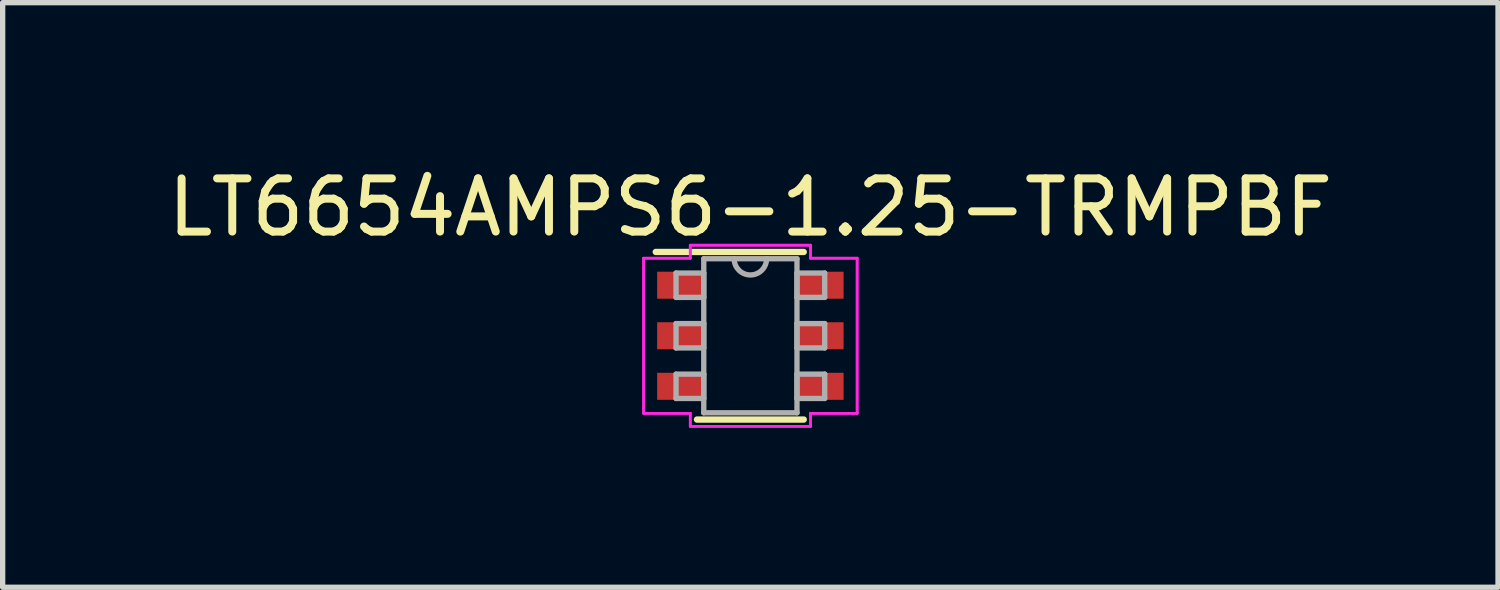
<source format=kicad_pcb>
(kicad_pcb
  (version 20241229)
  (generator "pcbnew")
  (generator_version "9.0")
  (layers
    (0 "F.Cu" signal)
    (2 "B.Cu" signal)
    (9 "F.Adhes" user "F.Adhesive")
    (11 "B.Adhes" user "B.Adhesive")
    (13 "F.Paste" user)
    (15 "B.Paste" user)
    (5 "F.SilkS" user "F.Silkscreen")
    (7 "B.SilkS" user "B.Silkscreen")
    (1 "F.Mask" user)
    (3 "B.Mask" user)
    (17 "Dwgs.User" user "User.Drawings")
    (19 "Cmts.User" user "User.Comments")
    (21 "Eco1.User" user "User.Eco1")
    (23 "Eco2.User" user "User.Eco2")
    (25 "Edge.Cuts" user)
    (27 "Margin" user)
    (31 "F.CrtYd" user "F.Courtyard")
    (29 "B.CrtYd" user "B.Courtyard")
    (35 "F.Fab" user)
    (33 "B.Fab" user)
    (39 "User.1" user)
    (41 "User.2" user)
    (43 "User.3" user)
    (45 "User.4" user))
  (footprint "LT6654AMPS6-1.25-TRMPBF"
    (layer "F.Cu")
    (at 11.054 3.261)
    (property "Reference" "LT6654AMPS6-1.25-TRMPBF" (at 0 -2.413 0) (layer "F.SilkS") (effects (font (size 1 1) (thickness 0.15))))
    (attr through_hole)
    (fp_line (start -1.003 1.575) (end 1.003 1.575) (stroke (width 0.12) (type solid)) (layer "F.SilkS"))
    (fp_line (start 1.003 -1.575) (end -1.778 -1.575) (stroke (width 0.12) (type solid)) (layer "F.SilkS"))
    (fp_line (start -2.007 -1.458) (end -1.13 -1.458) (stroke (width 0.05) (type solid)) (layer "F.CrtYd"))
    (fp_line (start -2.007 -1.458) (end -1.13 -1.458) (stroke (width 0.05) (type solid)) (layer "F.CrtYd"))
    (fp_line (start -2.007 1.458) (end -2.007 -1.458) (stroke (width 0.05) (type solid)) (layer "F.CrtYd"))
    (fp_line (start -2.007 1.458) (end -2.007 -1.458) (stroke (width 0.05) (type solid)) (layer "F.CrtYd"))
    (fp_line (start -2.007 1.458) (end -1.13 1.458) (stroke (width 0.05) (type solid)) (layer "F.CrtYd"))
    (fp_line (start -1.13 -1.702) (end 1.13 -1.702) (stroke (width 0.05) (type solid)) (layer "F.CrtYd"))
    (fp_line (start -1.13 -1.702) (end 1.13 -1.702) (stroke (width 0.05) (type solid)) (layer "F.CrtYd"))
    (fp_line (start -1.13 -1.458) (end -1.13 -1.702) (stroke (width 0.05) (type solid)) (layer "F.CrtYd"))
    (fp_line (start -1.13 -1.458) (end -1.13 -1.702) (stroke (width 0.05) (type solid)) (layer "F.CrtYd"))
    (fp_line (start -1.13 1.458) (end -2.007 1.458) (stroke (width 0.05) (type solid)) (layer "F.CrtYd"))
    (fp_line (start -1.13 1.702) (end -1.13 1.458) (stroke (width 0.05) (type solid)) (layer "F.CrtYd"))
    (fp_line (start -1.13 1.702) (end -1.13 1.458) (stroke (width 0.05) (type solid)) (layer "F.CrtYd"))
    (fp_line (start 1.13 -1.702) (end 1.13 -1.458) (stroke (width 0.05) (type solid)) (layer "F.CrtYd"))
    (fp_line (start 1.13 -1.702) (end 1.13 -1.458) (stroke (width 0.05) (type solid)) (layer "F.CrtYd"))
    (fp_line (start 1.13 -1.458) (end 2.007 -1.458) (stroke (width 0.05) (type solid)) (layer "F.CrtYd"))
    (fp_line (start 1.13 1.458) (end 1.13 1.702) (stroke (width 0.05) (type solid)) (layer "F.CrtYd"))
    (fp_line (start 1.13 1.458) (end 1.13 1.702) (stroke (width 0.05) (type solid)) (layer "F.CrtYd"))
    (fp_line (start 1.13 1.702) (end -1.13 1.702) (stroke (width 0.05) (type solid)) (layer "F.CrtYd"))
    (fp_line (start 1.13 1.702) (end -1.13 1.702) (stroke (width 0.05) (type solid)) (layer "F.CrtYd"))
    (fp_line (start 2.007 -1.458) (end 1.13 -1.458) (stroke (width 0.05) (type solid)) (layer "F.CrtYd"))
    (fp_line (start 2.007 -1.458) (end 2.007 1.458) (stroke (width 0.05) (type solid)) (layer "F.CrtYd"))
    (fp_line (start 2.007 -1.458) (end 2.007 1.458) (stroke (width 0.05) (type solid)) (layer "F.CrtYd"))
    (fp_line (start 2.007 1.458) (end 1.13 1.458) (stroke (width 0.05) (type solid)) (layer "F.CrtYd"))
    (fp_line (start 2.007 1.458) (end 1.13 1.458) (stroke (width 0.05) (type solid)) (layer "F.CrtYd"))
    (fp_line (start -1.397 -1.179) (end -1.397 -0.721) (stroke (width 0.1) (type solid)) (layer "F.Fab"))
    (fp_line (start -1.397 -0.721) (end -0.876 -0.721) (stroke (width 0.1) (type solid)) (layer "F.Fab"))
    (fp_line (start -1.397 -0.229) (end -1.397 0.229) (stroke (width 0.1) (type solid)) (layer "F.Fab"))
    (fp_line (start -1.397 0.229) (end -0.876 0.229) (stroke (width 0.1) (type solid)) (layer "F.Fab"))
    (fp_line (start -1.397 0.721) (end -1.397 1.179) (stroke (width 0.1) (type solid)) (layer "F.Fab"))
    (fp_line (start -1.397 1.179) (end -0.876 1.179) (stroke (width 0.1) (type solid)) (layer "F.Fab"))
    (fp_line (start -0.876 -1.448) (end -0.876 1.448) (stroke (width 0.1) (type solid)) (layer "F.Fab"))
    (fp_line (start -0.876 -1.179) (end -1.397 -1.179) (stroke (width 0.1) (type solid)) (layer "F.Fab"))
    (fp_line (start -0.876 -0.721) (end -0.876 -1.179) (stroke (width 0.1) (type solid)) (layer "F.Fab"))
    (fp_line (start -0.876 -0.229) (end -1.397 -0.229) (stroke (width 0.1) (type solid)) (layer "F.Fab"))
    (fp_line (start -0.876 0.229) (end -0.876 -0.229) (stroke (width 0.1) (type solid)) (layer "F.Fab"))
    (fp_line (start -0.876 0.721) (end -1.397 0.721) (stroke (width 0.1) (type solid)) (layer "F.Fab"))
    (fp_line (start -0.876 1.179) (end -0.876 0.721) (stroke (width 0.1) (type solid)) (layer "F.Fab"))
    (fp_line (start -0.876 1.448) (end 0.876 1.448) (stroke (width 0.1) (type solid)) (layer "F.Fab"))
    (fp_line (start 0.876 -1.448) (end -0.876 -1.448) (stroke (width 0.1) (type solid)) (layer "F.Fab"))
    (fp_line (start 0.876 -1.179) (end 0.876 -0.721) (stroke (width 0.1) (type solid)) (layer "F.Fab"))
    (fp_line (start 0.876 -0.721) (end 1.397 -0.721) (stroke (width 0.1) (type solid)) (layer "F.Fab"))
    (fp_line (start 0.876 -0.229) (end 0.876 0.229) (stroke (width 0.1) (type solid)) (layer "F.Fab"))
    (fp_line (start 0.876 0.229) (end 1.397 0.229) (stroke (width 0.1) (type solid)) (layer "F.Fab"))
    (fp_line (start 0.876 0.721) (end 0.876 1.179) (stroke (width 0.1) (type solid)) (layer "F.Fab"))
    (fp_line (start 0.876 1.179) (end 1.397 1.179) (stroke (width 0.1) (type solid)) (layer "F.Fab"))
    (fp_line (start 0.876 1.448) (end 0.876 -1.448) (stroke (width 0.1) (type solid)) (layer "F.Fab"))
    (fp_line (start 1.397 -1.179) (end 0.876 -1.179) (stroke (width 0.1) (type solid)) (layer "F.Fab"))
    (fp_line (start 1.397 -0.721) (end 1.397 -1.179) (stroke (width 0.1) (type solid)) (layer "F.Fab"))
    (fp_line (start 1.397 -0.229) (end 0.876 -0.229) (stroke (width 0.1) (type solid)) (layer "F.Fab"))
    (fp_line (start 1.397 0.229) (end 1.397 -0.229) (stroke (width 0.1) (type solid)) (layer "F.Fab"))
    (fp_line (start 1.397 0.721) (end 0.876 0.721) (stroke (width 0.1) (type solid)) (layer "F.Fab"))
    (fp_line (start 1.397 1.179) (end 1.397 0.721) (stroke (width 0.1) (type solid)) (layer "F.Fab"))
    (fp_arc (start 0.3048 -1.4478) (mid 0 -1.143) (end -0.3048 -1.4478) (stroke (width 0.1) (type solid)) (layer "F.Fab"))
    (pad "1" smd rect (at -1.314 -0.95) (size 0.876 0.508) (layers "F.Cu" "F.Mask" "F.Paste"))
    (pad "2" smd rect (at -1.314 0) (size 0.876 0.508) (layers "F.Cu" "F.Mask" "F.Paste"))
    (pad "3" smd rect (at -1.314 0.95) (size 0.876 0.508) (layers "F.Cu" "F.Mask" "F.Paste"))
    (pad "4" smd rect (at 1.314 0.95) (size 0.876 0.508) (layers "F.Cu" "F.Mask" "F.Paste"))
    (pad "5" smd rect (at 1.314 0) (size 0.876 0.508) (layers "F.Cu" "F.Mask" "F.Paste"))
    (pad "6" smd rect (at 1.314 -0.95) (size 0.876 0.508) (layers "F.Cu" "F.Mask" "F.Paste")))
  (gr_rect
    (start -3 -3)
    (end 25.107 7.988)
    (stroke (width 0.1) (type default))
    (fill no)
    (layer "Edge.Cuts")))
</source>
